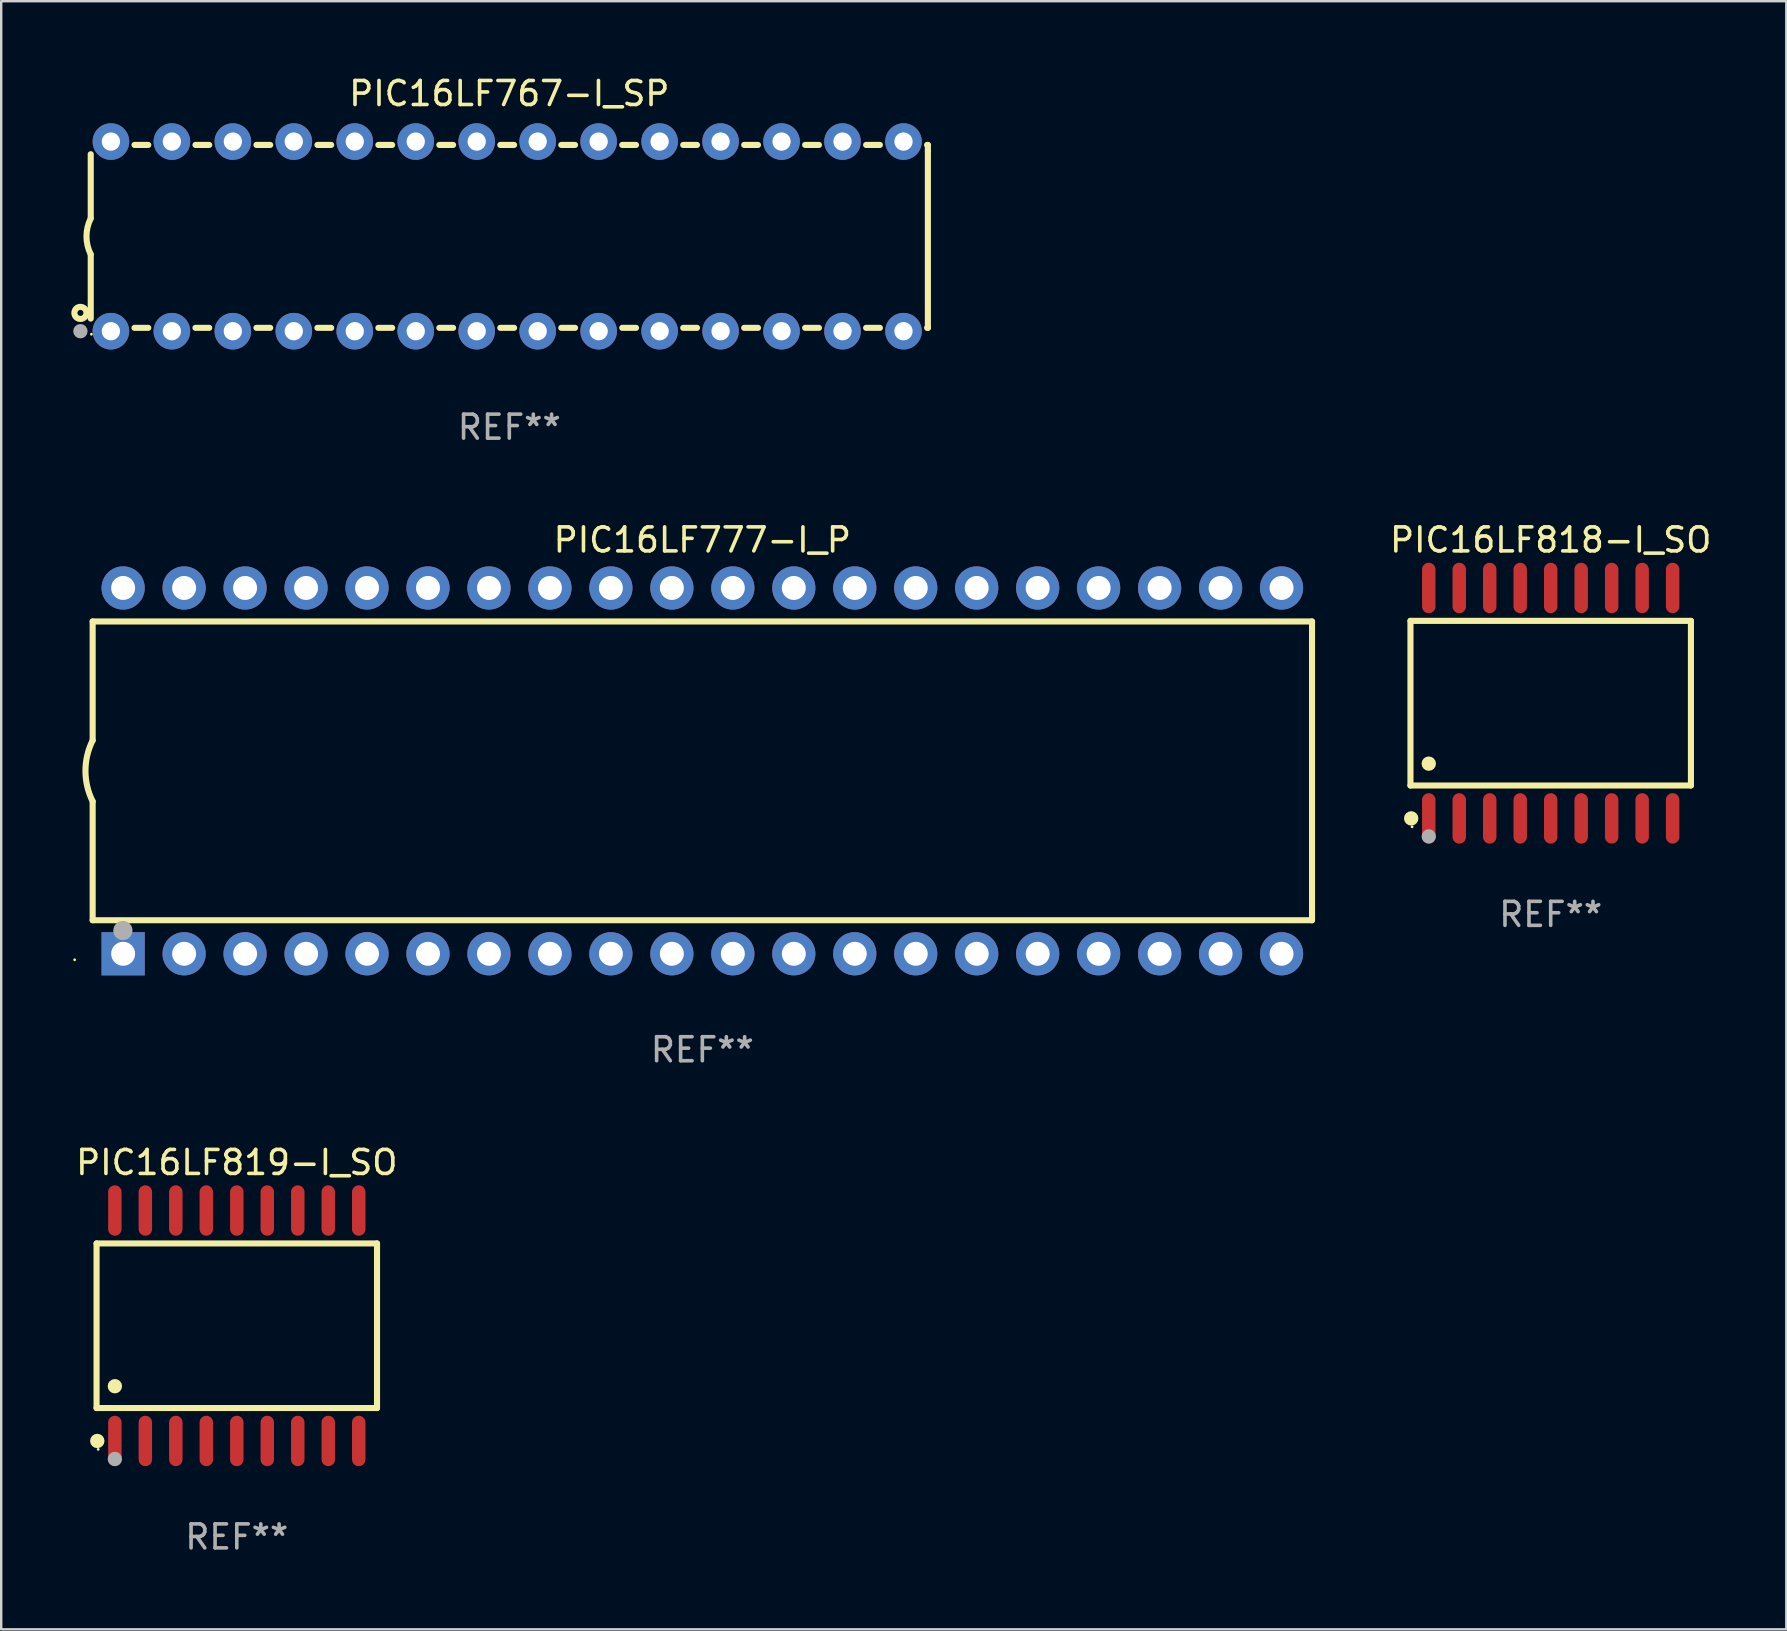
<source format=kicad_pcb>
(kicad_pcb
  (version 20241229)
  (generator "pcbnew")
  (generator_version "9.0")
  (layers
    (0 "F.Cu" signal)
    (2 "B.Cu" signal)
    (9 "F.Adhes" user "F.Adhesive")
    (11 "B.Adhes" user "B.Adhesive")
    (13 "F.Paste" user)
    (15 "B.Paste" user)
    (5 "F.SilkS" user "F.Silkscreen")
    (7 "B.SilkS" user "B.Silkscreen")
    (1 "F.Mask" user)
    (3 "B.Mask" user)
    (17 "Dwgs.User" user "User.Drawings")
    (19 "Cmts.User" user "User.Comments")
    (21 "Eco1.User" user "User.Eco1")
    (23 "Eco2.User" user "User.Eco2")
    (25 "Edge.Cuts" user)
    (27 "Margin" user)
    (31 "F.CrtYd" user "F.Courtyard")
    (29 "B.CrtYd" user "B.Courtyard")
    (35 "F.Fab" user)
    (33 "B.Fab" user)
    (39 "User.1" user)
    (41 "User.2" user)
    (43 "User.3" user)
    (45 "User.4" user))
  (footprint "PIC16LF767-I_SP"
    (layer "F.Cu")
    (at 18.168 6.798)
    (property "Reference" "PIC16LF767-I_SP" (at 0 -5.95 0) (layer "F.SilkS") (effects (font (size 1 1) (thickness 0.15))))
    (attr through_hole)
    (fp_line (start -17.438 0.75) (end -17.438 3.423) (stroke (width 0.254) (type solid)) (layer "F.SilkS"))
    (fp_line (start -17.438 -3.423) (end -17.438 -0.75) (stroke (width 0.254) (type solid)) (layer "F.SilkS"))
    (fp_line (start -15.615 3.81) (end -15.041 3.81) (stroke (width 0.254) (type solid)) (layer "F.SilkS"))
    (fp_line (start -15.041 -3.81) (end -15.614 -3.81) (stroke (width 0.254) (type solid)) (layer "F.SilkS"))
    (fp_line (start -13.075 3.81) (end -12.501 3.81) (stroke (width 0.254) (type solid)) (layer "F.SilkS"))
    (fp_line (start -12.501 -3.81) (end -13.074 -3.81) (stroke (width 0.254) (type solid)) (layer "F.SilkS"))
    (fp_line (start -10.535 3.81) (end -9.961 3.81) (stroke (width 0.254) (type solid)) (layer "F.SilkS"))
    (fp_line (start -9.961 -3.81) (end -10.534 -3.81) (stroke (width 0.254) (type solid)) (layer "F.SilkS"))
    (fp_line (start -7.995 3.81) (end -7.421 3.81) (stroke (width 0.254) (type solid)) (layer "F.SilkS"))
    (fp_line (start -7.421 -3.81) (end -7.995 -3.81) (stroke (width 0.254) (type solid)) (layer "F.SilkS"))
    (fp_line (start -5.455 3.81) (end -4.881 3.81) (stroke (width 0.254) (type solid)) (layer "F.SilkS"))
    (fp_line (start -4.881 -3.81) (end -5.455 -3.81) (stroke (width 0.254) (type solid)) (layer "F.SilkS"))
    (fp_line (start -2.915 3.81) (end -2.341 3.81) (stroke (width 0.254) (type solid)) (layer "F.SilkS"))
    (fp_line (start -2.341 -3.81) (end -2.915 -3.81) (stroke (width 0.254) (type solid)) (layer "F.SilkS"))
    (fp_line (start -0.375 3.81) (end 0.199 3.81) (stroke (width 0.254) (type solid)) (layer "F.SilkS"))
    (fp_line (start 0.199 -3.81) (end -0.375 -3.81) (stroke (width 0.254) (type solid)) (layer "F.SilkS"))
    (fp_line (start 2.165 3.81) (end 2.739 3.81) (stroke (width 0.254) (type solid)) (layer "F.SilkS"))
    (fp_line (start 2.739 -3.81) (end 2.165 -3.81) (stroke (width 0.254) (type solid)) (layer "F.SilkS"))
    (fp_line (start 4.705 3.81) (end 5.279 3.81) (stroke (width 0.254) (type solid)) (layer "F.SilkS"))
    (fp_line (start 5.279 -3.81) (end 4.705 -3.81) (stroke (width 0.254) (type solid)) (layer "F.SilkS"))
    (fp_line (start 7.245 3.81) (end 7.819 3.81) (stroke (width 0.254) (type solid)) (layer "F.SilkS"))
    (fp_line (start 7.819 -3.81) (end 7.245 -3.81) (stroke (width 0.254) (type solid)) (layer "F.SilkS"))
    (fp_line (start 9.785 3.81) (end 10.359 3.81) (stroke (width 0.254) (type solid)) (layer "F.SilkS"))
    (fp_line (start 10.359 -3.81) (end 9.785 -3.81) (stroke (width 0.254) (type solid)) (layer "F.SilkS"))
    (fp_line (start 12.325 3.81) (end 12.899 3.81) (stroke (width 0.254) (type solid)) (layer "F.SilkS"))
    (fp_line (start 12.899 -3.81) (end 12.325 -3.81) (stroke (width 0.254) (type solid)) (layer "F.SilkS"))
    (fp_line (start 14.865 3.81) (end 15.439 3.81) (stroke (width 0.254) (type solid)) (layer "F.SilkS"))
    (fp_line (start 15.439 -3.81) (end 14.865 -3.81) (stroke (width 0.254) (type solid)) (layer "F.SilkS"))
    (fp_line (start 17.405 3.81) (end 17.438 3.81) (stroke (width 0.254) (type solid)) (layer "F.SilkS"))
    (fp_line (start 17.438 -3.81) (end 17.405 -3.81) (stroke (width 0.254) (type solid)) (layer "F.SilkS"))
    (fp_line (start 17.438 -3.556) (end 17.438 -3.81) (stroke (width 0.254) (type solid)) (layer "F.SilkS"))
    (fp_line (start 17.438 3.81) (end 17.438 -3.556) (stroke (width 0.254) (type solid)) (layer "F.SilkS"))
    (fp_arc (start -17.437986 0.749657) (mid -17.614887 -0.000024) (end -17.437783 -0.749657) (stroke (width 0.254001) (type solid)) (layer "F.SilkS"))
    (fp_circle (center -17.868 3.188) (end -17.743 3.188) (stroke (width 0.254) (type solid)) (fill no) (layer "F.SilkS"))
    (fp_circle (center -17.411 4.077) (end -17.381 4.077) (stroke (width 0.06) (type solid)) (fill no) (layer "F.SilkS"))
    (fp_circle (center -17.868 3.95) (end -17.718 3.95) (stroke (width 0.3) (type solid)) (fill no) (layer "F.Fab"))
    (fp_text user "REF**" (at 0 7.95 0) (layer "F.Fab") (effects (font (size 1 1) (thickness 0.15))))
    (pad "1" thru_hole circle (at -16.598 3.95) (size 1.524 1.524) (drill 0.762) (layers "*.Cu" "*.Mask"))
    (pad "2" thru_hole circle (at -14.058 3.95) (size 1.524 1.524) (drill 0.762) (layers "*.Cu" "*.Mask"))
    (pad "3" thru_hole circle (at -11.518 3.95) (size 1.524 1.524) (drill 0.762) (layers "*.Cu" "*.Mask"))
    (pad "4" thru_hole circle (at -8.978 3.95) (size 1.524 1.524) (drill 0.762) (layers "*.Cu" "*.Mask"))
    (pad "5" thru_hole circle (at -6.438 3.95) (size 1.524 1.524) (drill 0.762) (layers "*.Cu" "*.Mask"))
    (pad "6" thru_hole circle (at -3.898 3.95) (size 1.524 1.524) (drill 0.762) (layers "*.Cu" "*.Mask"))
    (pad "7" thru_hole circle (at -1.358 3.95) (size 1.524 1.524) (drill 0.762) (layers "*.Cu" "*.Mask"))
    (pad "8" thru_hole circle (at 1.182 3.95) (size 1.524 1.524) (drill 0.762) (layers "*.Cu" "*.Mask"))
    (pad "9" thru_hole circle (at 3.722 3.95) (size 1.524 1.524) (drill 0.762) (layers "*.Cu" "*.Mask"))
    (pad "10" thru_hole circle (at 6.262 3.95) (size 1.524 1.524) (drill 0.762) (layers "*.Cu" "*.Mask"))
    (pad "11" thru_hole circle (at 8.802 3.95) (size 1.524 1.524) (drill 0.762) (layers "*.Cu" "*.Mask"))
    (pad "12" thru_hole circle (at 11.342 3.95) (size 1.524 1.524) (drill 0.762) (layers "*.Cu" "*.Mask"))
    (pad "13" thru_hole circle (at 13.882 3.95) (size 1.524 1.524) (drill 0.762) (layers "*.Cu" "*.Mask"))
    (pad "14" thru_hole circle (at 16.422 3.95) (size 1.524 1.524) (drill 0.762) (layers "*.Cu" "*.Mask"))
    (pad "15" thru_hole circle (at 16.422 -3.95) (size 1.524 1.524) (drill 0.762) (layers "*.Cu" "*.Mask"))
    (pad "16" thru_hole circle (at 13.882 -3.95) (size 1.524 1.524) (drill 0.762) (layers "*.Cu" "*.Mask"))
    (pad "17" thru_hole circle (at 11.342 -3.95) (size 1.524 1.524) (drill 0.762) (layers "*.Cu" "*.Mask"))
    (pad "18" thru_hole circle (at 8.802 -3.95) (size 1.524 1.524) (drill 0.762) (layers "*.Cu" "*.Mask"))
    (pad "19" thru_hole circle (at 6.262 -3.95) (size 1.524 1.524) (drill 0.762) (layers "*.Cu" "*.Mask"))
    (pad "20" thru_hole circle (at 3.722 -3.95) (size 1.524 1.524) (drill 0.762) (layers "*.Cu" "*.Mask"))
    (pad "21" thru_hole circle (at 1.182 -3.95) (size 1.524 1.524) (drill 0.762) (layers "*.Cu" "*.Mask"))
    (pad "22" thru_hole circle (at -1.358 -3.95) (size 1.524 1.524) (drill 0.762) (layers "*.Cu" "*.Mask"))
    (pad "23" thru_hole circle (at -3.898 -3.95) (size 1.524 1.524) (drill 0.762) (layers "*.Cu" "*.Mask"))
    (pad "24" thru_hole circle (at -6.438 -3.95) (size 1.524 1.524) (drill 0.762) (layers "*.Cu" "*.Mask"))
    (pad "25" thru_hole circle (at -8.978 -3.95) (size 1.524 1.524) (drill 0.762) (layers "*.Cu" "*.Mask"))
    (pad "26" thru_hole circle (at -11.517 -3.95) (size 1.524 1.524) (drill 0.762) (layers "*.Cu" "*.Mask"))
    (pad "27" thru_hole circle (at -14.057 -3.95) (size 1.524 1.524) (drill 0.762) (layers "*.Cu" "*.Mask"))
    (pad "28" thru_hole circle (at -16.597 -3.95) (size 1.524 1.524) (drill 0.762) (layers "*.Cu" "*.Mask")))
  (footprint "PIC16LF819-I_SO"
    (layer "F.Cu")
    (at 6.815 52.181)
    (property "Reference" "PIC16LF819-I_SO" (at 0 -6.8 0) (layer "F.SilkS") (effects (font (size 1 1) (thickness 0.15))))
    (attr through_hole)
    (fp_line (start -5.842 -3.429) (end -5.842 3.429) (stroke (width 0.254) (type solid)) (layer "F.SilkS"))
    (fp_line (start -5.842 3.429) (end 5.842 3.429) (stroke (width 0.254) (type solid)) (layer "F.SilkS"))
    (fp_line (start 5.842 -3.429) (end -5.842 -3.429) (stroke (width 0.254) (type solid)) (layer "F.SilkS"))
    (fp_line (start 5.842 3.429) (end 5.842 -3.429) (stroke (width 0.254) (type solid)) (layer "F.SilkS"))
    (fp_circle (center -5.812 4.8) (end -5.662 4.8) (stroke (width 0.3) (type solid)) (fill no) (layer "F.SilkS"))
    (fp_circle (center -5.775 5.15) (end -5.745 5.15) (stroke (width 0.06) (type solid)) (fill no) (layer "F.SilkS"))
    (fp_circle (center -5.08 2.519) (end -4.93 2.519) (stroke (width 0.3) (type solid)) (fill no) (layer "F.SilkS"))
    (fp_circle (center -5.08 5.55) (end -4.93 5.55) (stroke (width 0.3) (type solid)) (fill no) (layer "F.Fab"))
    (fp_text user "REF**" (at 0 8.8 0) (layer "F.Fab") (effects (font (size 1 1) (thickness 0.15))))
    (pad "1" smd oval (at -5.08 4.8) (size 0.56 2.1) (layers "F.Cu" "F.Mask" "F.Paste"))
    (pad "2" smd oval (at -3.81 4.8) (size 0.56 2.1) (layers "F.Cu" "F.Mask" "F.Paste"))
    (pad "3" smd oval (at -2.54 4.8) (size 0.56 2.1) (layers "F.Cu" "F.Mask" "F.Paste"))
    (pad "4" smd oval (at -1.27 4.8) (size 0.56 2.1) (layers "F.Cu" "F.Mask" "F.Paste"))
    (pad "5" smd oval (at 0 4.8) (size 0.56 2.1) (layers "F.Cu" "F.Mask" "F.Paste"))
    (pad "6" smd oval (at 1.27 4.8) (size 0.56 2.1) (layers "F.Cu" "F.Mask" "F.Paste"))
    (pad "7" smd oval (at 2.54 4.8) (size 0.56 2.1) (layers "F.Cu" "F.Mask" "F.Paste"))
    (pad "8" smd oval (at 3.81 4.8) (size 0.56 2.1) (layers "F.Cu" "F.Mask" "F.Paste"))
    (pad "9" smd oval (at 5.08 4.8) (size 0.56 2.1) (layers "F.Cu" "F.Mask" "F.Paste"))
    (pad "10" smd oval (at 5.08 -4.8) (size 0.56 2.1) (layers "F.Cu" "F.Mask" "F.Paste"))
    (pad "11" smd oval (at 3.81 -4.8) (size 0.56 2.1) (layers "F.Cu" "F.Mask" "F.Paste"))
    (pad "12" smd oval (at 2.54 -4.8) (size 0.56 2.1) (layers "F.Cu" "F.Mask" "F.Paste"))
    (pad "13" smd oval (at 1.27 -4.8) (size 0.56 2.1) (layers "F.Cu" "F.Mask" "F.Paste"))
    (pad "14" smd oval (at 0 -4.8) (size 0.56 2.1) (layers "F.Cu" "F.Mask" "F.Paste"))
    (pad "15" smd oval (at -1.27 -4.8) (size 0.56 2.1) (layers "F.Cu" "F.Mask" "F.Paste"))
    (pad "16" smd oval (at -2.54 -4.8) (size 0.56 2.1) (layers "F.Cu" "F.Mask" "F.Paste"))
    (pad "17" smd oval (at -3.81 -4.8) (size 0.56 2.1) (layers "F.Cu" "F.Mask" "F.Paste"))
    (pad "18" smd oval (at -5.08 -4.8) (size 0.56 2.1) (layers "F.Cu" "F.Mask" "F.Paste")))
  (footprint "PIC16LF777-I_P"
    (layer "F.Cu")
    (at 26.21 29.065)
    (property "Reference" "PIC16LF777-I_P" (at 0 -9.62 0) (layer "F.SilkS") (effects (font (size 1 1) (thickness 0.15))))
    (attr through_hole)
    (fp_line (start -25.4 -6.224) (end -25.4 -1.271) (stroke (width 0.254) (type solid)) (layer "F.SilkS"))
    (fp_line (start -25.4 -6.224) (end 25.4 -6.224) (stroke (width 0.254) (type solid)) (layer "F.SilkS"))
    (fp_line (start -25.4 1.269) (end -25.4 6.222) (stroke (width 0.254) (type solid)) (layer "F.SilkS"))
    (fp_line (start -25.4 6.222) (end 25.4 6.222) (stroke (width 0.254) (type solid)) (layer "F.SilkS"))
    (fp_line (start 25.4 6.222) (end 25.4 -6.224) (stroke (width 0.254) (type solid)) (layer "F.SilkS"))
    (fp_arc (start -25.4 1.269241) (mid -25.699807 -0.000762) (end -25.4 -1.270765) (stroke (width 0.254001) (type solid)) (layer "F.SilkS"))
    (fp_circle (center -26.15 7.87) (end -26.12 7.87) (stroke (width 0.06) (type solid)) (fill no) (layer "F.SilkS"))
    (fp_circle (center -24.14 6.65) (end -23.94 6.65) (stroke (width 0.4) (type solid)) (fill no) (layer "F.Fab"))
    (fp_text user "REF**" (at 0 11.62 0) (layer "F.Fab") (effects (font (size 1 1) (thickness 0.15))))
    (pad "1" thru_hole rect (at -24.13 7.62 90) (size 1.8 1.8) (drill 1) (layers "*.Cu" "*.Mask"))
    (pad "2" thru_hole circle (at -21.59 7.62) (size 1.8 1.8) (drill 1) (layers "*.Cu" "*.Mask"))
    (pad "3" thru_hole circle (at -19.05 7.62) (size 1.8 1.8) (drill 1) (layers "*.Cu" "*.Mask"))
    (pad "4" thru_hole circle (at -16.51 7.62) (size 1.8 1.8) (drill 1) (layers "*.Cu" "*.Mask"))
    (pad "5" thru_hole circle (at -13.97 7.62) (size 1.8 1.8) (drill 1) (layers "*.Cu" "*.Mask"))
    (pad "6" thru_hole circle (at -11.43 7.62) (size 1.8 1.8) (drill 1) (layers "*.Cu" "*.Mask"))
    (pad "7" thru_hole circle (at -8.89 7.62) (size 1.8 1.8) (drill 1) (layers "*.Cu" "*.Mask"))
    (pad "8" thru_hole circle (at -6.35 7.62) (size 1.8 1.8) (drill 1) (layers "*.Cu" "*.Mask"))
    (pad "9" thru_hole circle (at -3.81 7.62) (size 1.8 1.8) (drill 1) (layers "*.Cu" "*.Mask"))
    (pad "10" thru_hole circle (at -1.27 7.62) (size 1.8 1.8) (drill 1) (layers "*.Cu" "*.Mask"))
    (pad "11" thru_hole circle (at 1.27 7.62) (size 1.8 1.8) (drill 1) (layers "*.Cu" "*.Mask"))
    (pad "12" thru_hole circle (at 3.81 7.62) (size 1.8 1.8) (drill 1) (layers "*.Cu" "*.Mask"))
    (pad "13" thru_hole circle (at 6.35 7.62) (size 1.8 1.8) (drill 1) (layers "*.Cu" "*.Mask"))
    (pad "14" thru_hole circle (at 8.89 7.62) (size 1.8 1.8) (drill 1) (layers "*.Cu" "*.Mask"))
    (pad "15" thru_hole circle (at 11.43 7.62) (size 1.8 1.8) (drill 1) (layers "*.Cu" "*.Mask"))
    (pad "16" thru_hole circle (at 13.97 7.62) (size 1.8 1.8) (drill 1) (layers "*.Cu" "*.Mask"))
    (pad "17" thru_hole circle (at 16.51 7.62) (size 1.8 1.8) (drill 1) (layers "*.Cu" "*.Mask"))
    (pad "18" thru_hole circle (at 19.05 7.62) (size 1.8 1.8) (drill 1) (layers "*.Cu" "*.Mask"))
    (pad "19" thru_hole circle (at 21.59 7.62) (size 1.8 1.8) (drill 1) (layers "*.Cu" "*.Mask"))
    (pad "20" thru_hole circle (at 24.13 7.62) (size 1.8 1.8) (drill 1) (layers "*.Cu" "*.Mask"))
    (pad "21" thru_hole circle (at 24.13 -7.62) (size 1.8 1.8) (drill 1) (layers "*.Cu" "*.Mask"))
    (pad "22" thru_hole circle (at 21.59 -7.62) (size 1.8 1.8) (drill 1) (layers "*.Cu" "*.Mask"))
    (pad "23" thru_hole circle (at 19.05 -7.62) (size 1.8 1.8) (drill 1) (layers "*.Cu" "*.Mask"))
    (pad "24" thru_hole circle (at 16.51 -7.62) (size 1.8 1.8) (drill 1) (layers "*.Cu" "*.Mask"))
    (pad "25" thru_hole circle (at 13.97 -7.62) (size 1.8 1.8) (drill 1) (layers "*.Cu" "*.Mask"))
    (pad "26" thru_hole circle (at 11.43 -7.62) (size 1.8 1.8) (drill 1) (layers "*.Cu" "*.Mask"))
    (pad "27" thru_hole circle (at 8.89 -7.62) (size 1.8 1.8) (drill 1) (layers "*.Cu" "*.Mask"))
    (pad "28" thru_hole circle (at 6.35 -7.62) (size 1.8 1.8) (drill 1) (layers "*.Cu" "*.Mask"))
    (pad "29" thru_hole circle (at 3.81 -7.62) (size 1.8 1.8) (drill 1) (layers "*.Cu" "*.Mask"))
    (pad "30" thru_hole circle (at 1.27 -7.62) (size 1.8 1.8) (drill 1) (layers "*.Cu" "*.Mask"))
    (pad "31" thru_hole circle (at -1.27 -7.62) (size 1.8 1.8) (drill 1) (layers "*.Cu" "*.Mask"))
    (pad "32" thru_hole circle (at -3.81 -7.62) (size 1.8 1.8) (drill 1) (layers "*.Cu" "*.Mask"))
    (pad "33" thru_hole circle (at -6.35 -7.62) (size 1.8 1.8) (drill 1) (layers "*.Cu" "*.Mask"))
    (pad "34" thru_hole circle (at -8.89 -7.62) (size 1.8 1.8) (drill 1) (layers "*.Cu" "*.Mask"))
    (pad "35" thru_hole circle (at -11.43 -7.62) (size 1.8 1.8) (drill 1) (layers "*.Cu" "*.Mask"))
    (pad "36" thru_hole circle (at -13.97 -7.62) (size 1.8 1.8) (drill 1) (layers "*.Cu" "*.Mask"))
    (pad "37" thru_hole circle (at -16.51 -7.62) (size 1.8 1.8) (drill 1) (layers "*.Cu" "*.Mask"))
    (pad "38" thru_hole circle (at -19.05 -7.62) (size 1.8 1.8) (drill 1) (layers "*.Cu" "*.Mask"))
    (pad "39" thru_hole circle (at -21.59 -7.62) (size 1.8 1.8) (drill 1) (layers "*.Cu" "*.Mask"))
    (pad "40" thru_hole circle (at -24.13 -7.62) (size 1.8 1.8) (drill 1) (layers "*.Cu" "*.Mask")))
  (footprint "PIC16LF818-I_SO"
    (layer "F.Cu")
    (at 61.553 26.245)
    (property "Reference" "PIC16LF818-I_SO" (at 0 -6.8 0) (layer "F.SilkS") (effects (font (size 1 1) (thickness 0.15))))
    (attr through_hole)
    (fp_line (start -5.842 -3.429) (end -5.842 3.429) (stroke (width 0.254) (type solid)) (layer "F.SilkS"))
    (fp_line (start -5.842 3.429) (end 5.842 3.429) (stroke (width 0.254) (type solid)) (layer "F.SilkS"))
    (fp_line (start 5.842 -3.429) (end -5.842 -3.429) (stroke (width 0.254) (type solid)) (layer "F.SilkS"))
    (fp_line (start 5.842 3.429) (end 5.842 -3.429) (stroke (width 0.254) (type solid)) (layer "F.SilkS"))
    (fp_circle (center -5.812 4.8) (end -5.662 4.8) (stroke (width 0.3) (type solid)) (fill no) (layer "F.SilkS"))
    (fp_circle (center -5.775 5.15) (end -5.745 5.15) (stroke (width 0.06) (type solid)) (fill no) (layer "F.SilkS"))
    (fp_circle (center -5.08 2.519) (end -4.93 2.519) (stroke (width 0.3) (type solid)) (fill no) (layer "F.SilkS"))
    (fp_circle (center -5.08 5.55) (end -4.93 5.55) (stroke (width 0.3) (type solid)) (fill no) (layer "F.Fab"))
    (fp_text user "REF**" (at 0 8.8 0) (layer "F.Fab") (effects (font (size 1 1) (thickness 0.15))))
    (pad "1" smd oval (at -5.08 4.8) (size 0.56 2.1) (layers "F.Cu" "F.Mask" "F.Paste"))
    (pad "2" smd oval (at -3.81 4.8) (size 0.56 2.1) (layers "F.Cu" "F.Mask" "F.Paste"))
    (pad "3" smd oval (at -2.54 4.8) (size 0.56 2.1) (layers "F.Cu" "F.Mask" "F.Paste"))
    (pad "4" smd oval (at -1.27 4.8) (size 0.56 2.1) (layers "F.Cu" "F.Mask" "F.Paste"))
    (pad "5" smd oval (at 0 4.8) (size 0.56 2.1) (layers "F.Cu" "F.Mask" "F.Paste"))
    (pad "6" smd oval (at 1.27 4.8) (size 0.56 2.1) (layers "F.Cu" "F.Mask" "F.Paste"))
    (pad "7" smd oval (at 2.54 4.8) (size 0.56 2.1) (layers "F.Cu" "F.Mask" "F.Paste"))
    (pad "8" smd oval (at 3.81 4.8) (size 0.56 2.1) (layers "F.Cu" "F.Mask" "F.Paste"))
    (pad "9" smd oval (at 5.08 4.8) (size 0.56 2.1) (layers "F.Cu" "F.Mask" "F.Paste"))
    (pad "10" smd oval (at 5.08 -4.8) (size 0.56 2.1) (layers "F.Cu" "F.Mask" "F.Paste"))
    (pad "11" smd oval (at 3.81 -4.8) (size 0.56 2.1) (layers "F.Cu" "F.Mask" "F.Paste"))
    (pad "12" smd oval (at 2.54 -4.8) (size 0.56 2.1) (layers "F.Cu" "F.Mask" "F.Paste"))
    (pad "13" smd oval (at 1.27 -4.8) (size 0.56 2.1) (layers "F.Cu" "F.Mask" "F.Paste"))
    (pad "14" smd oval (at 0 -4.8) (size 0.56 2.1) (layers "F.Cu" "F.Mask" "F.Paste"))
    (pad "15" smd oval (at -1.27 -4.8) (size 0.56 2.1) (layers "F.Cu" "F.Mask" "F.Paste"))
    (pad "16" smd oval (at -2.54 -4.8) (size 0.56 2.1) (layers "F.Cu" "F.Mask" "F.Paste"))
    (pad "17" smd oval (at -3.81 -4.8) (size 0.56 2.1) (layers "F.Cu" "F.Mask" "F.Paste"))
    (pad "18" smd oval (at -5.08 -4.8) (size 0.56 2.1) (layers "F.Cu" "F.Mask" "F.Paste")))
  (gr_rect
    (start -3 -3)
    (end 71.368 64.83)
    (stroke (width 0.1) (type default))
    (fill no)
    (layer "Edge.Cuts")))
</source>
